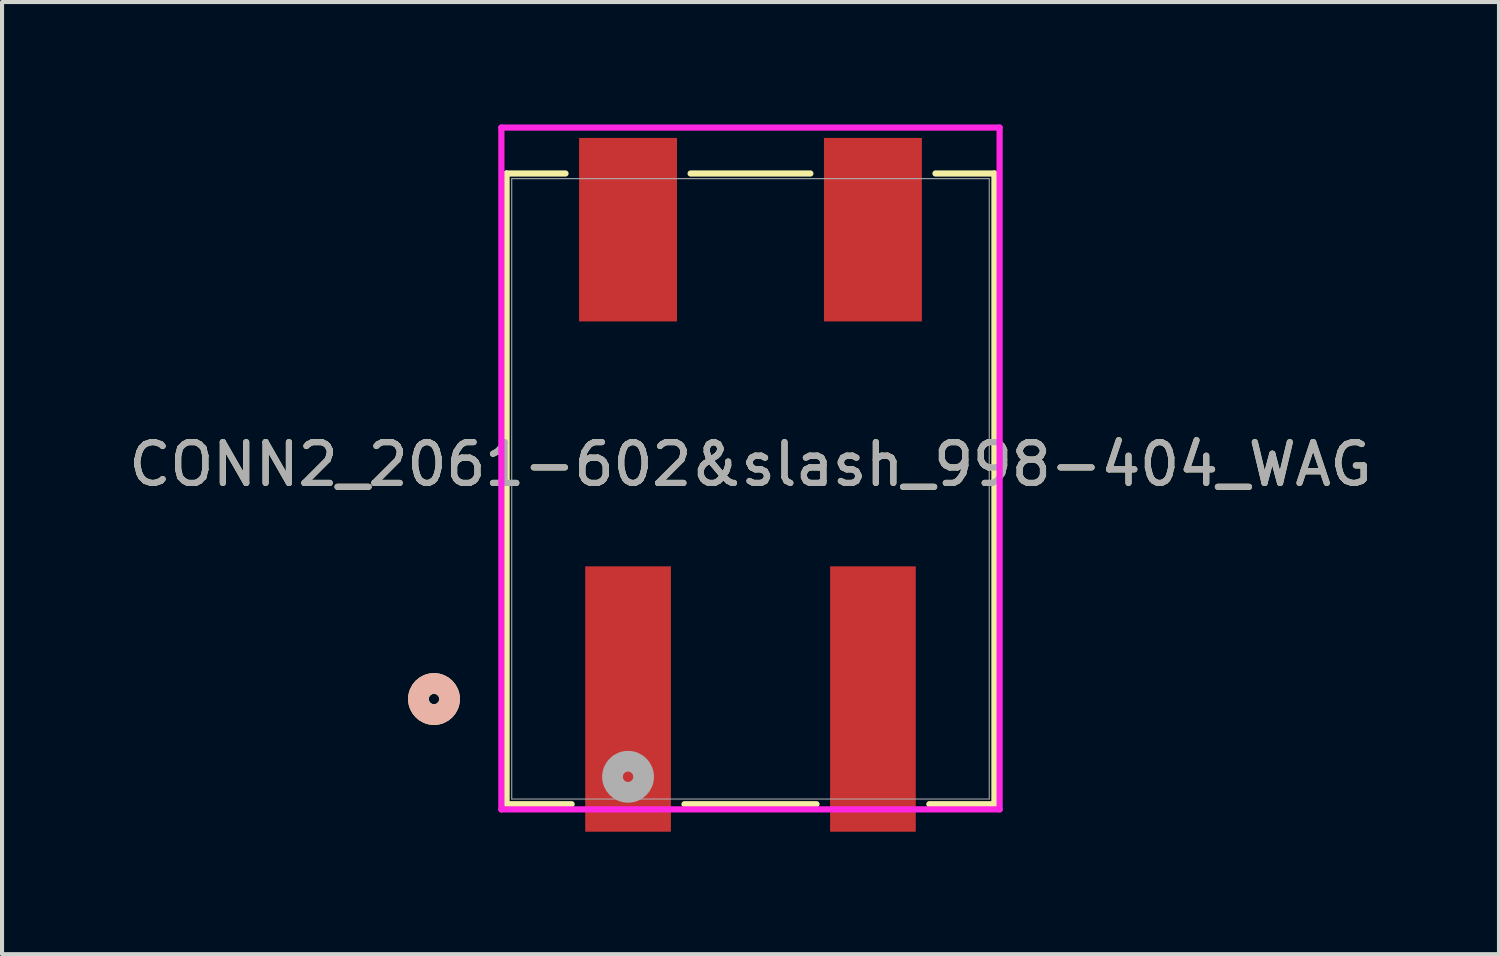
<source format=kicad_pcb>
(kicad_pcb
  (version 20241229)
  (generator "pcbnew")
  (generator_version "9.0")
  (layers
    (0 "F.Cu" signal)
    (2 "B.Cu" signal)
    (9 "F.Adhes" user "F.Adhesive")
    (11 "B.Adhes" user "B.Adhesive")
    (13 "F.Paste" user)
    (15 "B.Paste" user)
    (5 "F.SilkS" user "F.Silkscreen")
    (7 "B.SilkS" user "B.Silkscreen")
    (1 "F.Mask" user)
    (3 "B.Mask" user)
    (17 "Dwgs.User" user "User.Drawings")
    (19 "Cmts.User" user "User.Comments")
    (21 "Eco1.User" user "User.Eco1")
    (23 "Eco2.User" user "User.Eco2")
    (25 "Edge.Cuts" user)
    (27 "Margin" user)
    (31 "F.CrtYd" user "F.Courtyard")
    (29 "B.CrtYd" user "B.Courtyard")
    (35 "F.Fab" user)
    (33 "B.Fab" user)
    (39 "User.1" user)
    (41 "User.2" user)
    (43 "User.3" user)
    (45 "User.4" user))
  (footprint "CONN2_2061-602&slash_998-404_WAG"
    (layer "F.Cu")
    (at 15.339 8.928)
    (property "Reference" "CONN2_2061-602&slash_998-404_WAG" (at 0 -0.6 0) (unlocked yes) (layer "F.SilkS") (effects (font (size 1 1) (thickness 0.15))))
    (attr smd)
    (fp_line (start -5.977 -7.727) (end -5.977 7.727) (stroke (width 0.152) (type solid)) (layer "F.SilkS"))
    (fp_line (start -5.977 7.727) (end -4.383 7.727) (stroke (width 0.152) (type solid)) (layer "F.SilkS"))
    (fp_line (start -4.533 -7.727) (end -5.977 -7.727) (stroke (width 0.152) (type solid)) (layer "F.SilkS"))
    (fp_line (start -1.617 7.727) (end 1.617 7.727) (stroke (width 0.152) (type solid)) (layer "F.SilkS"))
    (fp_line (start 1.467 -7.727) (end -1.467 -7.727) (stroke (width 0.152) (type solid)) (layer "F.SilkS"))
    (fp_line (start 4.383 7.727) (end 5.977 7.727) (stroke (width 0.152) (type solid)) (layer "F.SilkS"))
    (fp_line (start 5.977 -7.727) (end 4.533 -7.727) (stroke (width 0.152) (type solid)) (layer "F.SilkS"))
    (fp_line (start 5.977 7.727) (end 5.977 -7.727) (stroke (width 0.152) (type solid)) (layer "F.SilkS"))
    (fp_circle (center -7.755 5.15) (end -7.374 5.15) (stroke (width 0.508) (type solid)) (fill no) (layer "F.SilkS"))
    (fp_circle (center -7.755 5.15) (end -7.374 5.15) (stroke (width 0.508) (type solid)) (fill no) (layer "B.SilkS"))
    (fp_line (start -6.104 -8.852) (end -6.104 7.854) (stroke (width 0.152) (type solid)) (layer "F.CrtYd"))
    (fp_line (start -6.104 7.854) (end 6.104 7.854) (stroke (width 0.152) (type solid)) (layer "F.CrtYd"))
    (fp_line (start 6.104 -8.852) (end -6.104 -8.852) (stroke (width 0.152) (type solid)) (layer "F.CrtYd"))
    (fp_line (start 6.104 7.854) (end 6.104 -8.852) (stroke (width 0.152) (type solid)) (layer "F.CrtYd"))
    (fp_line (start -5.85 -7.6) (end -5.85 7.6) (stroke (width 0.025) (type solid)) (layer "F.Fab"))
    (fp_line (start -5.85 7.6) (end 5.85 7.6) (stroke (width 0.025) (type solid)) (layer "F.Fab"))
    (fp_line (start 5.85 -7.6) (end -5.85 -7.6) (stroke (width 0.025) (type solid)) (layer "F.Fab"))
    (fp_line (start 5.85 7.6) (end 5.85 -7.6) (stroke (width 0.025) (type solid)) (layer "F.Fab"))
    (fp_circle (center -3 7.055) (end -2.619 7.055) (stroke (width 0.508) (type solid)) (fill no) (layer "F.Fab"))
    (fp_text user "${REFERENCE}" (at 0 -0.6 0) (unlocked yes) (layer "F.Fab") (effects (font (size 1 1) (thickness 0.15))))
    (pad "1" smd rect (at -3 5.15) (size 2.1 6.502) (layers "F.Cu" "F.Mask" "F.Paste"))
    (pad "2" smd rect (at -3 -6.35) (size 2.4 4.496) (layers "F.Cu" "F.Mask" "F.Paste"))
    (pad "3" smd rect (at 3 5.15) (size 2.1 6.502) (layers "F.Cu" "F.Mask" "F.Paste"))
    (pad "4" smd rect (at 3 -6.35) (size 2.4 4.496) (layers "F.Cu" "F.Mask" "F.Paste")))
  (gr_rect
    (start -3 -3)
    (end 33.679 20.329)
    (stroke (width 0.1) (type default))
    (fill no)
    (layer "Edge.Cuts")))
</source>
